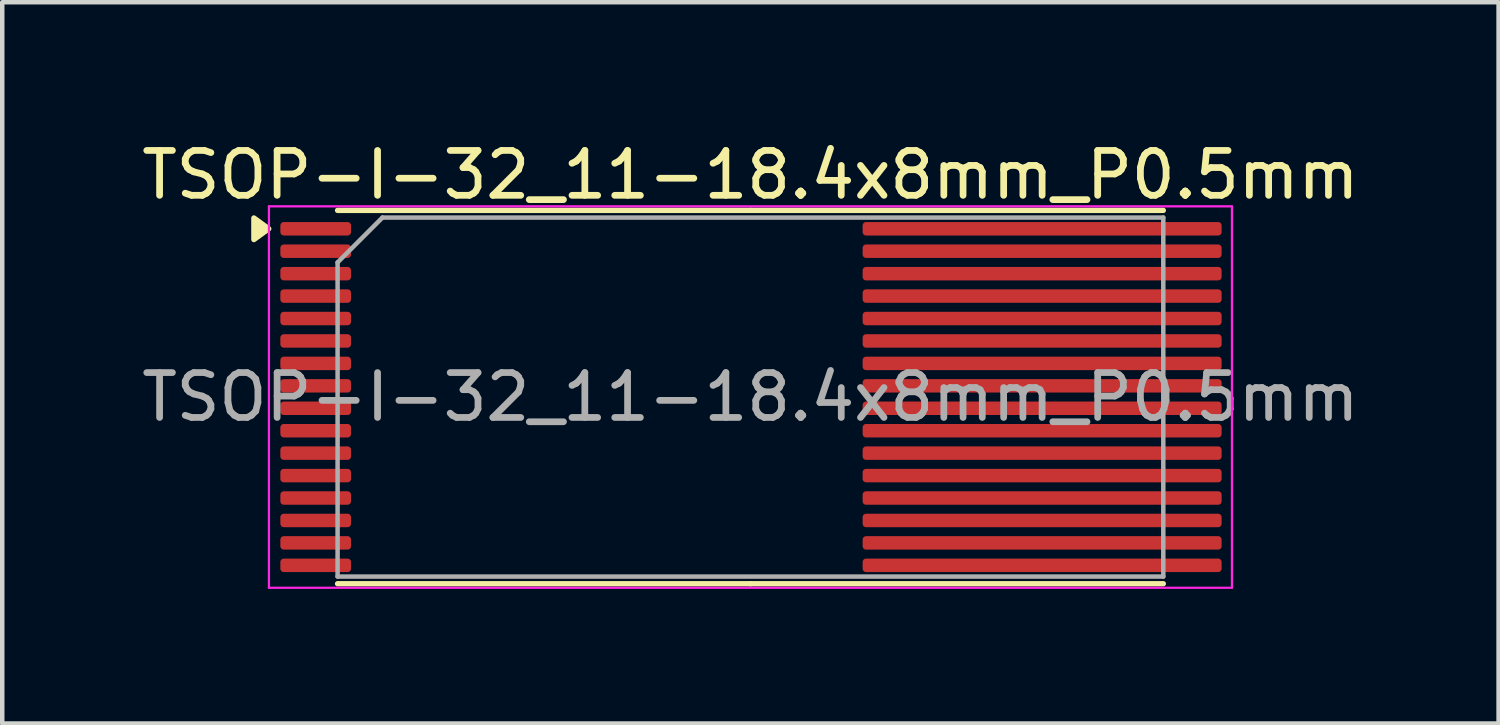
<source format=kicad_pcb>
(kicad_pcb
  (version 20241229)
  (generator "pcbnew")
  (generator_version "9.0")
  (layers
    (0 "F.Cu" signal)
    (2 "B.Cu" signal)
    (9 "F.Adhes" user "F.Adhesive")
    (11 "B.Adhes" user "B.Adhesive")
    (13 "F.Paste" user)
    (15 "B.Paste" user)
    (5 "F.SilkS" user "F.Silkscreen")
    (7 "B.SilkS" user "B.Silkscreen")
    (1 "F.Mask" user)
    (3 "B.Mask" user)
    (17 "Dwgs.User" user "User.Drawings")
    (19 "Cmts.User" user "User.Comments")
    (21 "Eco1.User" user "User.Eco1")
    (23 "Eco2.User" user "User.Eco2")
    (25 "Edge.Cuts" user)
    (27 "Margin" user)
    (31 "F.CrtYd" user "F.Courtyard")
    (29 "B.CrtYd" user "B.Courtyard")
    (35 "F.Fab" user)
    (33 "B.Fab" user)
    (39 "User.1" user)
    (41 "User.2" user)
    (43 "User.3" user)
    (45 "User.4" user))
  (footprint "TSOP-I-32_11-18.4x8mm_P0.5mm"
    (layer "F.Cu")
    (at 13.673 5.798)
    (property "Reference" "TSOP-I-32_11-18.4x8mm_P0.5mm" (at 0 -4.95 0) (layer "F.SilkS") (effects (font (size 1 1) (thickness 0.15))))
    (attr smd)
    (fp_line (start 0 -4.16) (end -9.2 -4.16) (stroke (width 0.12) (type solid)) (layer "F.SilkS"))
    (fp_line (start 0 -4.16) (end 9.2 -4.16) (stroke (width 0.12) (type solid)) (layer "F.SilkS"))
    (fp_line (start 0 4.16) (end -9.2 4.16) (stroke (width 0.12) (type solid)) (layer "F.SilkS"))
    (fp_line (start 0 4.16) (end 9.2 4.16) (stroke (width 0.12) (type solid)) (layer "F.SilkS"))
    (fp_poly (pts (xy -10.735 -3.75) (xy -11.065 -3.99) (xy -11.065 -3.51) (xy -10.735 -3.75)) (stroke (width 0.12) (type solid)) (fill yes) (layer "F.SilkS"))
    (fp_line (start -10.73 -4.25) (end -10.73 4.25) (stroke (width 0.05) (type solid)) (layer "F.CrtYd"))
    (fp_line (start -10.73 4.25) (end 10.73 4.25) (stroke (width 0.05) (type solid)) (layer "F.CrtYd"))
    (fp_line (start 10.73 -4.25) (end -10.73 -4.25) (stroke (width 0.05) (type solid)) (layer "F.CrtYd"))
    (fp_line (start 10.73 4.25) (end 10.73 -4.25) (stroke (width 0.05) (type solid)) (layer "F.CrtYd"))
    (fp_line (start -9.2 -3) (end -8.2 -4) (stroke (width 0.1) (type solid)) (layer "F.Fab"))
    (fp_line (start -9.2 4) (end -9.2 -3) (stroke (width 0.1) (type solid)) (layer "F.Fab"))
    (fp_line (start -8.2 -4) (end 9.2 -4) (stroke (width 0.1) (type solid)) (layer "F.Fab"))
    (fp_line (start 9.2 -4) (end 9.2 4) (stroke (width 0.1) (type solid)) (layer "F.Fab"))
    (fp_line (start 9.2 4) (end -9.2 4) (stroke (width 0.1) (type solid)) (layer "F.Fab"))
    (fp_text user "${REFERENCE}" (at 0 0 0) (layer "F.Fab") (effects (font (size 1 1) (thickness 0.15))))
    (pad "1" smd roundrect (at -9.688 -3.75) (size 1.575 0.3) (layers "F.Cu" "F.Mask" "F.Paste") (roundrect_rratio 0.25))
    (pad "2" smd roundrect (at -9.688 -3.25) (size 1.575 0.3) (layers "F.Cu" "F.Mask" "F.Paste") (roundrect_rratio 0.25))
    (pad "3" smd roundrect (at -9.688 -2.75) (size 1.575 0.3) (layers "F.Cu" "F.Mask" "F.Paste") (roundrect_rratio 0.25))
    (pad "4" smd roundrect (at -9.688 -2.25) (size 1.575 0.3) (layers "F.Cu" "F.Mask" "F.Paste") (roundrect_rratio 0.25))
    (pad "5" smd roundrect (at -9.688 -1.75) (size 1.575 0.3) (layers "F.Cu" "F.Mask" "F.Paste") (roundrect_rratio 0.25))
    (pad "6" smd roundrect (at -9.688 -1.25) (size 1.575 0.3) (layers "F.Cu" "F.Mask" "F.Paste") (roundrect_rratio 0.25))
    (pad "7" smd roundrect (at -9.688 -0.75) (size 1.575 0.3) (layers "F.Cu" "F.Mask" "F.Paste") (roundrect_rratio 0.25))
    (pad "8" smd roundrect (at -9.688 -0.25) (size 1.575 0.3) (layers "F.Cu" "F.Mask" "F.Paste") (roundrect_rratio 0.25))
    (pad "9" smd roundrect (at -9.688 0.25) (size 1.575 0.3) (layers "F.Cu" "F.Mask" "F.Paste") (roundrect_rratio 0.25))
    (pad "10" smd roundrect (at -9.688 0.75) (size 1.575 0.3) (layers "F.Cu" "F.Mask" "F.Paste") (roundrect_rratio 0.25))
    (pad "11" smd roundrect (at -9.688 1.25) (size 1.575 0.3) (layers "F.Cu" "F.Mask" "F.Paste") (roundrect_rratio 0.25))
    (pad "12" smd roundrect (at -9.688 1.75) (size 1.575 0.3) (layers "F.Cu" "F.Mask" "F.Paste") (roundrect_rratio 0.25))
    (pad "13" smd roundrect (at -9.688 2.25) (size 1.575 0.3) (layers "F.Cu" "F.Mask" "F.Paste") (roundrect_rratio 0.25))
    (pad "14" smd roundrect (at -9.688 2.75) (size 1.575 0.3) (layers "F.Cu" "F.Mask" "F.Paste") (roundrect_rratio 0.25))
    (pad "15" smd roundrect (at -9.688 3.25) (size 1.575 0.3) (layers "F.Cu" "F.Mask" "F.Paste") (roundrect_rratio 0.25))
    (pad "16" smd roundrect (at -9.688 3.75) (size 1.575 0.3) (layers "F.Cu" "F.Mask" "F.Paste") (roundrect_rratio 0.25))
    (pad "17" smd roundrect (at 6.5 3.75) (size 8 0.3) (layers "F.Cu" "F.Mask" "F.Paste") (roundrect_rratio 0.25))
    (pad "18" smd roundrect (at 6.5 3.25) (size 8 0.3) (layers "F.Cu" "F.Mask" "F.Paste") (roundrect_rratio 0.25))
    (pad "19" smd roundrect (at 6.5 2.75) (size 8 0.3) (layers "F.Cu" "F.Mask" "F.Paste") (roundrect_rratio 0.25))
    (pad "20" smd roundrect (at 6.5 2.25) (size 8 0.3) (layers "F.Cu" "F.Mask" "F.Paste") (roundrect_rratio 0.25))
    (pad "21" smd roundrect (at 6.5 1.75) (size 8 0.3) (layers "F.Cu" "F.Mask" "F.Paste") (roundrect_rratio 0.25))
    (pad "22" smd roundrect (at 6.5 1.25) (size 8 0.3) (layers "F.Cu" "F.Mask" "F.Paste") (roundrect_rratio 0.25))
    (pad "23" smd roundrect (at 6.5 0.75) (size 8 0.3) (layers "F.Cu" "F.Mask" "F.Paste") (roundrect_rratio 0.25))
    (pad "24" smd roundrect (at 6.5 0.25) (size 8 0.3) (layers "F.Cu" "F.Mask" "F.Paste") (roundrect_rratio 0.25))
    (pad "25" smd roundrect (at 6.5 -0.25) (size 8 0.3) (layers "F.Cu" "F.Mask" "F.Paste") (roundrect_rratio 0.25))
    (pad "26" smd roundrect (at 6.5 -0.75) (size 8 0.3) (layers "F.Cu" "F.Mask" "F.Paste") (roundrect_rratio 0.25))
    (pad "27" smd roundrect (at 6.5 -1.25) (size 8 0.3) (layers "F.Cu" "F.Mask" "F.Paste") (roundrect_rratio 0.25))
    (pad "28" smd roundrect (at 6.5 -1.75) (size 8 0.3) (layers "F.Cu" "F.Mask" "F.Paste") (roundrect_rratio 0.25))
    (pad "29" smd roundrect (at 6.5 -2.25) (size 8 0.3) (layers "F.Cu" "F.Mask" "F.Paste") (roundrect_rratio 0.25))
    (pad "30" smd roundrect (at 6.5 -2.75) (size 8 0.3) (layers "F.Cu" "F.Mask" "F.Paste") (roundrect_rratio 0.25))
    (pad "31" smd roundrect (at 6.5 -3.25) (size 8 0.3) (layers "F.Cu" "F.Mask" "F.Paste") (roundrect_rratio 0.25))
    (pad "32" smd roundrect (at 6.5 -3.75) (size 8 0.3) (layers "F.Cu" "F.Mask" "F.Paste") (roundrect_rratio 0.25)))
  (gr_rect
    (start -3 -3)
    (end 30.345 13.073)
    (stroke (width 0.1) (type default))
    (fill no)
    (layer "Edge.Cuts")))
</source>
